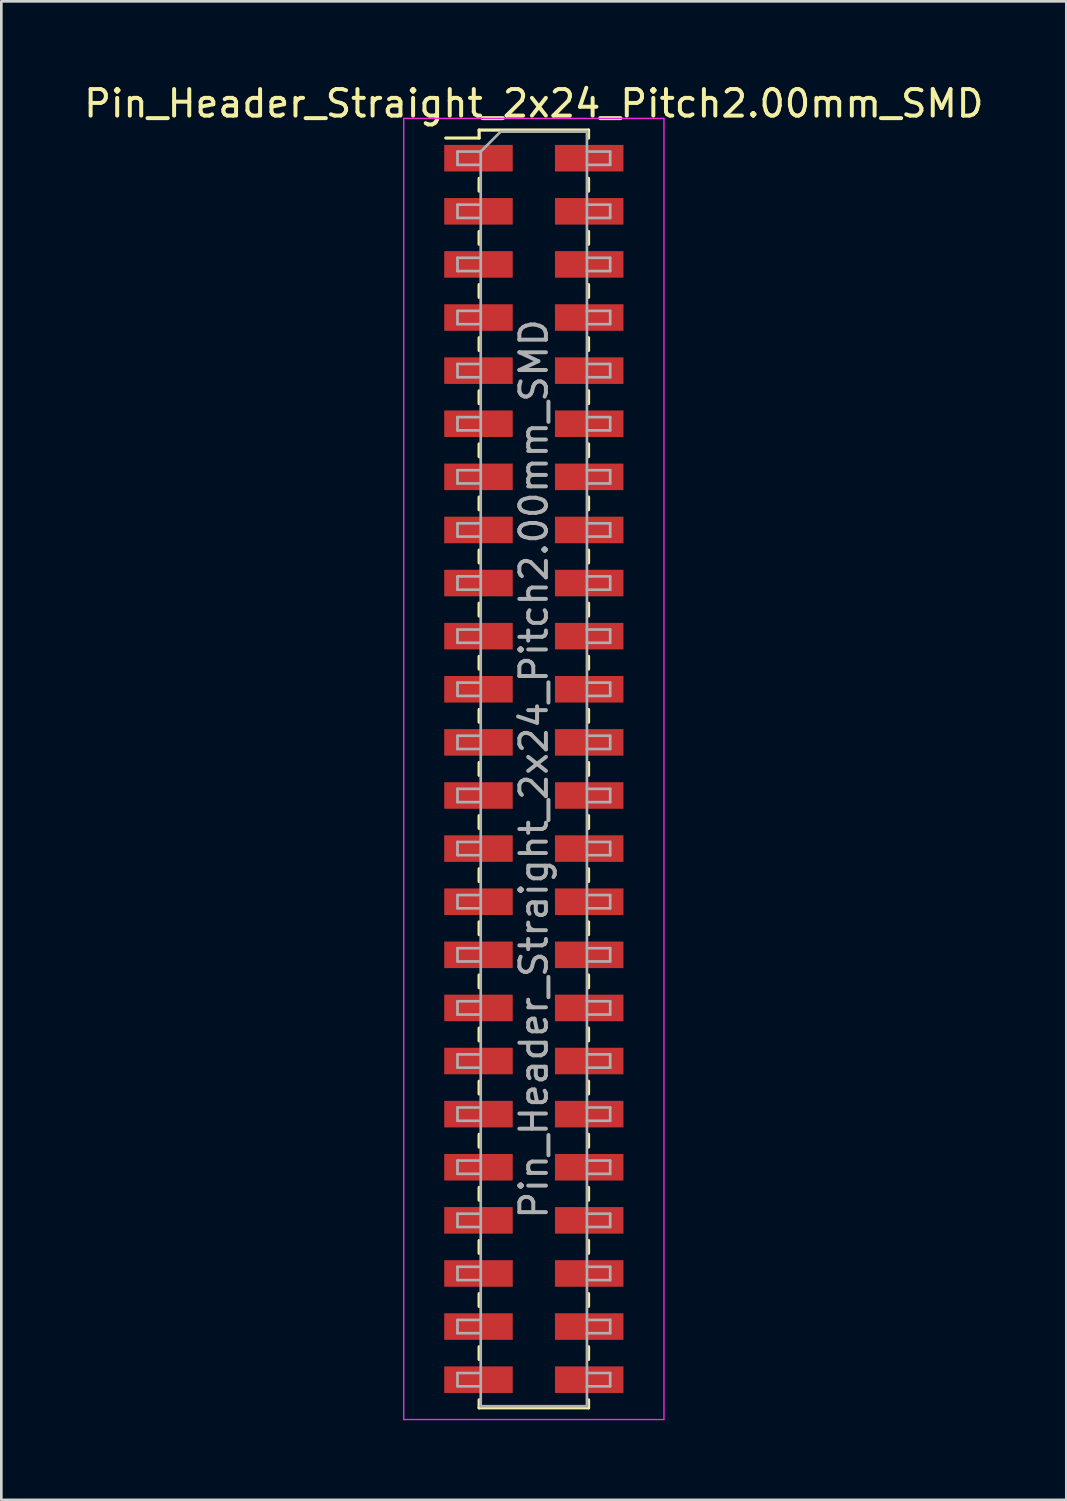
<source format=kicad_pcb>
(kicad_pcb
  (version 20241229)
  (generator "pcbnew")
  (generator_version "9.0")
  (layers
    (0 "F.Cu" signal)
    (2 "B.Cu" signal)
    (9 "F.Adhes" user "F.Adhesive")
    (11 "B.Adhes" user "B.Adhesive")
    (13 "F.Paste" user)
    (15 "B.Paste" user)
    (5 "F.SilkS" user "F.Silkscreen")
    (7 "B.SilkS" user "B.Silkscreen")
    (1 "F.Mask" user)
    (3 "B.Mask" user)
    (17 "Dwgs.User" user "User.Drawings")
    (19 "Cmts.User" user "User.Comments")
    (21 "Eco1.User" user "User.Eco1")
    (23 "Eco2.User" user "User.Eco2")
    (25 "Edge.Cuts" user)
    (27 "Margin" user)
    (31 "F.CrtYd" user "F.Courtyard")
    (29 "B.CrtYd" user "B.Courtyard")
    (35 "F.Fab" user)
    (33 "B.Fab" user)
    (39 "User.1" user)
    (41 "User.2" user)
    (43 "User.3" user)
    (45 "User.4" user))
  (footprint "Pin_Header_Straight_2x24_Pitch2.00mm_SMD"
    (layer "F.Cu")
    (at 17.054 25.908)
    (property "Reference" "Pin_Header_Straight_2x24_Pitch2.00mm_SMD" (at 0 -25.06 0) (layer "F.SilkS") (effects (font (size 1 1) (thickness 0.15))))
    (attr smd)
    (fp_line (start -3.315 -23.76) (end -2.06 -23.76) (stroke (width 0.12) (type solid)) (layer "F.SilkS"))
    (fp_line (start -2.06 -24.06) (end -2.06 -23.76) (stroke (width 0.12) (type solid)) (layer "F.SilkS"))
    (fp_line (start -2.06 -24.06) (end 2.06 -24.06) (stroke (width 0.12) (type solid)) (layer "F.SilkS"))
    (fp_line (start -2.06 -22.24) (end -2.06 -21.76) (stroke (width 0.12) (type solid)) (layer "F.SilkS"))
    (fp_line (start -2.06 -20.24) (end -2.06 -19.76) (stroke (width 0.12) (type solid)) (layer "F.SilkS"))
    (fp_line (start -2.06 -18.24) (end -2.06 -17.76) (stroke (width 0.12) (type solid)) (layer "F.SilkS"))
    (fp_line (start -2.06 -16.24) (end -2.06 -15.76) (stroke (width 0.12) (type solid)) (layer "F.SilkS"))
    (fp_line (start -2.06 -14.24) (end -2.06 -13.76) (stroke (width 0.12) (type solid)) (layer "F.SilkS"))
    (fp_line (start -2.06 -12.24) (end -2.06 -11.76) (stroke (width 0.12) (type solid)) (layer "F.SilkS"))
    (fp_line (start -2.06 -10.24) (end -2.06 -9.76) (stroke (width 0.12) (type solid)) (layer "F.SilkS"))
    (fp_line (start -2.06 -8.24) (end -2.06 -7.76) (stroke (width 0.12) (type solid)) (layer "F.SilkS"))
    (fp_line (start -2.06 -6.24) (end -2.06 -5.76) (stroke (width 0.12) (type solid)) (layer "F.SilkS"))
    (fp_line (start -2.06 -4.24) (end -2.06 -3.76) (stroke (width 0.12) (type solid)) (layer "F.SilkS"))
    (fp_line (start -2.06 -2.24) (end -2.06 -1.76) (stroke (width 0.12) (type solid)) (layer "F.SilkS"))
    (fp_line (start -2.06 -0.24) (end -2.06 0.24) (stroke (width 0.12) (type solid)) (layer "F.SilkS"))
    (fp_line (start -2.06 1.76) (end -2.06 2.24) (stroke (width 0.12) (type solid)) (layer "F.SilkS"))
    (fp_line (start -2.06 3.76) (end -2.06 4.24) (stroke (width 0.12) (type solid)) (layer "F.SilkS"))
    (fp_line (start -2.06 5.76) (end -2.06 6.24) (stroke (width 0.12) (type solid)) (layer "F.SilkS"))
    (fp_line (start -2.06 7.76) (end -2.06 8.24) (stroke (width 0.12) (type solid)) (layer "F.SilkS"))
    (fp_line (start -2.06 9.76) (end -2.06 10.24) (stroke (width 0.12) (type solid)) (layer "F.SilkS"))
    (fp_line (start -2.06 11.76) (end -2.06 12.24) (stroke (width 0.12) (type solid)) (layer "F.SilkS"))
    (fp_line (start -2.06 13.76) (end -2.06 14.24) (stroke (width 0.12) (type solid)) (layer "F.SilkS"))
    (fp_line (start -2.06 15.76) (end -2.06 16.24) (stroke (width 0.12) (type solid)) (layer "F.SilkS"))
    (fp_line (start -2.06 17.76) (end -2.06 18.24) (stroke (width 0.12) (type solid)) (layer "F.SilkS"))
    (fp_line (start -2.06 19.76) (end -2.06 20.24) (stroke (width 0.12) (type solid)) (layer "F.SilkS"))
    (fp_line (start -2.06 21.76) (end -2.06 22.24) (stroke (width 0.12) (type solid)) (layer "F.SilkS"))
    (fp_line (start -2.06 23.76) (end -2.06 24.06) (stroke (width 0.12) (type solid)) (layer "F.SilkS"))
    (fp_line (start -2.06 24.06) (end 2.06 24.06) (stroke (width 0.12) (type solid)) (layer "F.SilkS"))
    (fp_line (start 2.06 -24.06) (end 2.06 -23.76) (stroke (width 0.12) (type solid)) (layer "F.SilkS"))
    (fp_line (start 2.06 -22.24) (end 2.06 -21.76) (stroke (width 0.12) (type solid)) (layer "F.SilkS"))
    (fp_line (start 2.06 -20.24) (end 2.06 -19.76) (stroke (width 0.12) (type solid)) (layer "F.SilkS"))
    (fp_line (start 2.06 -18.24) (end 2.06 -17.76) (stroke (width 0.12) (type solid)) (layer "F.SilkS"))
    (fp_line (start 2.06 -16.24) (end 2.06 -15.76) (stroke (width 0.12) (type solid)) (layer "F.SilkS"))
    (fp_line (start 2.06 -14.24) (end 2.06 -13.76) (stroke (width 0.12) (type solid)) (layer "F.SilkS"))
    (fp_line (start 2.06 -12.24) (end 2.06 -11.76) (stroke (width 0.12) (type solid)) (layer "F.SilkS"))
    (fp_line (start 2.06 -10.24) (end 2.06 -9.76) (stroke (width 0.12) (type solid)) (layer "F.SilkS"))
    (fp_line (start 2.06 -8.24) (end 2.06 -7.76) (stroke (width 0.12) (type solid)) (layer "F.SilkS"))
    (fp_line (start 2.06 -6.24) (end 2.06 -5.76) (stroke (width 0.12) (type solid)) (layer "F.SilkS"))
    (fp_line (start 2.06 -4.24) (end 2.06 -3.76) (stroke (width 0.12) (type solid)) (layer "F.SilkS"))
    (fp_line (start 2.06 -2.24) (end 2.06 -1.76) (stroke (width 0.12) (type solid)) (layer "F.SilkS"))
    (fp_line (start 2.06 -0.24) (end 2.06 0.24) (stroke (width 0.12) (type solid)) (layer "F.SilkS"))
    (fp_line (start 2.06 1.76) (end 2.06 2.24) (stroke (width 0.12) (type solid)) (layer "F.SilkS"))
    (fp_line (start 2.06 3.76) (end 2.06 4.24) (stroke (width 0.12) (type solid)) (layer "F.SilkS"))
    (fp_line (start 2.06 5.76) (end 2.06 6.24) (stroke (width 0.12) (type solid)) (layer "F.SilkS"))
    (fp_line (start 2.06 7.76) (end 2.06 8.24) (stroke (width 0.12) (type solid)) (layer "F.SilkS"))
    (fp_line (start 2.06 9.76) (end 2.06 10.24) (stroke (width 0.12) (type solid)) (layer "F.SilkS"))
    (fp_line (start 2.06 11.76) (end 2.06 12.24) (stroke (width 0.12) (type solid)) (layer "F.SilkS"))
    (fp_line (start 2.06 13.76) (end 2.06 14.24) (stroke (width 0.12) (type solid)) (layer "F.SilkS"))
    (fp_line (start 2.06 15.76) (end 2.06 16.24) (stroke (width 0.12) (type solid)) (layer "F.SilkS"))
    (fp_line (start 2.06 17.76) (end 2.06 18.24) (stroke (width 0.12) (type solid)) (layer "F.SilkS"))
    (fp_line (start 2.06 19.76) (end 2.06 20.24) (stroke (width 0.12) (type solid)) (layer "F.SilkS"))
    (fp_line (start 2.06 21.76) (end 2.06 22.24) (stroke (width 0.12) (type solid)) (layer "F.SilkS"))
    (fp_line (start 2.06 23.76) (end 2.06 24.06) (stroke (width 0.12) (type solid)) (layer "F.SilkS"))
    (fp_line (start -4.9 -24.5) (end -4.9 24.5) (stroke (width 0.05) (type solid)) (layer "F.CrtYd"))
    (fp_line (start -4.9 24.5) (end 4.9 24.5) (stroke (width 0.05) (type solid)) (layer "F.CrtYd"))
    (fp_line (start 4.9 -24.5) (end -4.9 -24.5) (stroke (width 0.05) (type solid)) (layer "F.CrtYd"))
    (fp_line (start 4.9 24.5) (end 4.9 -24.5) (stroke (width 0.05) (type solid)) (layer "F.CrtYd"))
    (fp_line (start -2.875 -23.25) (end -2.875 -22.75) (stroke (width 0.1) (type solid)) (layer "F.Fab"))
    (fp_line (start -2.875 -22.75) (end -2 -22.75) (stroke (width 0.1) (type solid)) (layer "F.Fab"))
    (fp_line (start -2.875 -21.25) (end -2.875 -20.75) (stroke (width 0.1) (type solid)) (layer "F.Fab"))
    (fp_line (start -2.875 -20.75) (end -2 -20.75) (stroke (width 0.1) (type solid)) (layer "F.Fab"))
    (fp_line (start -2.875 -19.25) (end -2.875 -18.75) (stroke (width 0.1) (type solid)) (layer "F.Fab"))
    (fp_line (start -2.875 -18.75) (end -2 -18.75) (stroke (width 0.1) (type solid)) (layer "F.Fab"))
    (fp_line (start -2.875 -17.25) (end -2.875 -16.75) (stroke (width 0.1) (type solid)) (layer "F.Fab"))
    (fp_line (start -2.875 -16.75) (end -2 -16.75) (stroke (width 0.1) (type solid)) (layer "F.Fab"))
    (fp_line (start -2.875 -15.25) (end -2.875 -14.75) (stroke (width 0.1) (type solid)) (layer "F.Fab"))
    (fp_line (start -2.875 -14.75) (end -2 -14.75) (stroke (width 0.1) (type solid)) (layer "F.Fab"))
    (fp_line (start -2.875 -13.25) (end -2.875 -12.75) (stroke (width 0.1) (type solid)) (layer "F.Fab"))
    (fp_line (start -2.875 -12.75) (end -2 -12.75) (stroke (width 0.1) (type solid)) (layer "F.Fab"))
    (fp_line (start -2.875 -11.25) (end -2.875 -10.75) (stroke (width 0.1) (type solid)) (layer "F.Fab"))
    (fp_line (start -2.875 -10.75) (end -2 -10.75) (stroke (width 0.1) (type solid)) (layer "F.Fab"))
    (fp_line (start -2.875 -9.25) (end -2.875 -8.75) (stroke (width 0.1) (type solid)) (layer "F.Fab"))
    (fp_line (start -2.875 -8.75) (end -2 -8.75) (stroke (width 0.1) (type solid)) (layer "F.Fab"))
    (fp_line (start -2.875 -7.25) (end -2.875 -6.75) (stroke (width 0.1) (type solid)) (layer "F.Fab"))
    (fp_line (start -2.875 -6.75) (end -2 -6.75) (stroke (width 0.1) (type solid)) (layer "F.Fab"))
    (fp_line (start -2.875 -5.25) (end -2.875 -4.75) (stroke (width 0.1) (type solid)) (layer "F.Fab"))
    (fp_line (start -2.875 -4.75) (end -2 -4.75) (stroke (width 0.1) (type solid)) (layer "F.Fab"))
    (fp_line (start -2.875 -3.25) (end -2.875 -2.75) (stroke (width 0.1) (type solid)) (layer "F.Fab"))
    (fp_line (start -2.875 -2.75) (end -2 -2.75) (stroke (width 0.1) (type solid)) (layer "F.Fab"))
    (fp_line (start -2.875 -1.25) (end -2.875 -0.75) (stroke (width 0.1) (type solid)) (layer "F.Fab"))
    (fp_line (start -2.875 -0.75) (end -2 -0.75) (stroke (width 0.1) (type solid)) (layer "F.Fab"))
    (fp_line (start -2.875 0.75) (end -2.875 1.25) (stroke (width 0.1) (type solid)) (layer "F.Fab"))
    (fp_line (start -2.875 1.25) (end -2 1.25) (stroke (width 0.1) (type solid)) (layer "F.Fab"))
    (fp_line (start -2.875 2.75) (end -2.875 3.25) (stroke (width 0.1) (type solid)) (layer "F.Fab"))
    (fp_line (start -2.875 3.25) (end -2 3.25) (stroke (width 0.1) (type solid)) (layer "F.Fab"))
    (fp_line (start -2.875 4.75) (end -2.875 5.25) (stroke (width 0.1) (type solid)) (layer "F.Fab"))
    (fp_line (start -2.875 5.25) (end -2 5.25) (stroke (width 0.1) (type solid)) (layer "F.Fab"))
    (fp_line (start -2.875 6.75) (end -2.875 7.25) (stroke (width 0.1) (type solid)) (layer "F.Fab"))
    (fp_line (start -2.875 7.25) (end -2 7.25) (stroke (width 0.1) (type solid)) (layer "F.Fab"))
    (fp_line (start -2.875 8.75) (end -2.875 9.25) (stroke (width 0.1) (type solid)) (layer "F.Fab"))
    (fp_line (start -2.875 9.25) (end -2 9.25) (stroke (width 0.1) (type solid)) (layer "F.Fab"))
    (fp_line (start -2.875 10.75) (end -2.875 11.25) (stroke (width 0.1) (type solid)) (layer "F.Fab"))
    (fp_line (start -2.875 11.25) (end -2 11.25) (stroke (width 0.1) (type solid)) (layer "F.Fab"))
    (fp_line (start -2.875 12.75) (end -2.875 13.25) (stroke (width 0.1) (type solid)) (layer "F.Fab"))
    (fp_line (start -2.875 13.25) (end -2 13.25) (stroke (width 0.1) (type solid)) (layer "F.Fab"))
    (fp_line (start -2.875 14.75) (end -2.875 15.25) (stroke (width 0.1) (type solid)) (layer "F.Fab"))
    (fp_line (start -2.875 15.25) (end -2 15.25) (stroke (width 0.1) (type solid)) (layer "F.Fab"))
    (fp_line (start -2.875 16.75) (end -2.875 17.25) (stroke (width 0.1) (type solid)) (layer "F.Fab"))
    (fp_line (start -2.875 17.25) (end -2 17.25) (stroke (width 0.1) (type solid)) (layer "F.Fab"))
    (fp_line (start -2.875 18.75) (end -2.875 19.25) (stroke (width 0.1) (type solid)) (layer "F.Fab"))
    (fp_line (start -2.875 19.25) (end -2 19.25) (stroke (width 0.1) (type solid)) (layer "F.Fab"))
    (fp_line (start -2.875 20.75) (end -2.875 21.25) (stroke (width 0.1) (type solid)) (layer "F.Fab"))
    (fp_line (start -2.875 21.25) (end -2 21.25) (stroke (width 0.1) (type solid)) (layer "F.Fab"))
    (fp_line (start -2.875 22.75) (end -2.875 23.25) (stroke (width 0.1) (type solid)) (layer "F.Fab"))
    (fp_line (start -2.875 23.25) (end -2 23.25) (stroke (width 0.1) (type solid)) (layer "F.Fab"))
    (fp_line (start -2 -23.25) (end -2.875 -23.25) (stroke (width 0.1) (type solid)) (layer "F.Fab"))
    (fp_line (start -2 -23.25) (end -1.25 -24) (stroke (width 0.1) (type solid)) (layer "F.Fab"))
    (fp_line (start -2 -21.25) (end -2.875 -21.25) (stroke (width 0.1) (type solid)) (layer "F.Fab"))
    (fp_line (start -2 -19.25) (end -2.875 -19.25) (stroke (width 0.1) (type solid)) (layer "F.Fab"))
    (fp_line (start -2 -17.25) (end -2.875 -17.25) (stroke (width 0.1) (type solid)) (layer "F.Fab"))
    (fp_line (start -2 -15.25) (end -2.875 -15.25) (stroke (width 0.1) (type solid)) (layer "F.Fab"))
    (fp_line (start -2 -13.25) (end -2.875 -13.25) (stroke (width 0.1) (type solid)) (layer "F.Fab"))
    (fp_line (start -2 -11.25) (end -2.875 -11.25) (stroke (width 0.1) (type solid)) (layer "F.Fab"))
    (fp_line (start -2 -9.25) (end -2.875 -9.25) (stroke (width 0.1) (type solid)) (layer "F.Fab"))
    (fp_line (start -2 -7.25) (end -2.875 -7.25) (stroke (width 0.1) (type solid)) (layer "F.Fab"))
    (fp_line (start -2 -5.25) (end -2.875 -5.25) (stroke (width 0.1) (type solid)) (layer "F.Fab"))
    (fp_line (start -2 -3.25) (end -2.875 -3.25) (stroke (width 0.1) (type solid)) (layer "F.Fab"))
    (fp_line (start -2 -1.25) (end -2.875 -1.25) (stroke (width 0.1) (type solid)) (layer "F.Fab"))
    (fp_line (start -2 0.75) (end -2.875 0.75) (stroke (width 0.1) (type solid)) (layer "F.Fab"))
    (fp_line (start -2 2.75) (end -2.875 2.75) (stroke (width 0.1) (type solid)) (layer "F.Fab"))
    (fp_line (start -2 4.75) (end -2.875 4.75) (stroke (width 0.1) (type solid)) (layer "F.Fab"))
    (fp_line (start -2 6.75) (end -2.875 6.75) (stroke (width 0.1) (type solid)) (layer "F.Fab"))
    (fp_line (start -2 8.75) (end -2.875 8.75) (stroke (width 0.1) (type solid)) (layer "F.Fab"))
    (fp_line (start -2 10.75) (end -2.875 10.75) (stroke (width 0.1) (type solid)) (layer "F.Fab"))
    (fp_line (start -2 12.75) (end -2.875 12.75) (stroke (width 0.1) (type solid)) (layer "F.Fab"))
    (fp_line (start -2 14.75) (end -2.875 14.75) (stroke (width 0.1) (type solid)) (layer "F.Fab"))
    (fp_line (start -2 16.75) (end -2.875 16.75) (stroke (width 0.1) (type solid)) (layer "F.Fab"))
    (fp_line (start -2 18.75) (end -2.875 18.75) (stroke (width 0.1) (type solid)) (layer "F.Fab"))
    (fp_line (start -2 20.75) (end -2.875 20.75) (stroke (width 0.1) (type solid)) (layer "F.Fab"))
    (fp_line (start -2 22.75) (end -2.875 22.75) (stroke (width 0.1) (type solid)) (layer "F.Fab"))
    (fp_line (start -2 24) (end -2 -23.25) (stroke (width 0.1) (type solid)) (layer "F.Fab"))
    (fp_line (start -1.25 -24) (end 2 -24) (stroke (width 0.1) (type solid)) (layer "F.Fab"))
    (fp_line (start 2 -24) (end 2 24) (stroke (width 0.1) (type solid)) (layer "F.Fab"))
    (fp_line (start 2 -23.25) (end 2.875 -23.25) (stroke (width 0.1) (type solid)) (layer "F.Fab"))
    (fp_line (start 2 -21.25) (end 2.875 -21.25) (stroke (width 0.1) (type solid)) (layer "F.Fab"))
    (fp_line (start 2 -19.25) (end 2.875 -19.25) (stroke (width 0.1) (type solid)) (layer "F.Fab"))
    (fp_line (start 2 -17.25) (end 2.875 -17.25) (stroke (width 0.1) (type solid)) (layer "F.Fab"))
    (fp_line (start 2 -15.25) (end 2.875 -15.25) (stroke (width 0.1) (type solid)) (layer "F.Fab"))
    (fp_line (start 2 -13.25) (end 2.875 -13.25) (stroke (width 0.1) (type solid)) (layer "F.Fab"))
    (fp_line (start 2 -11.25) (end 2.875 -11.25) (stroke (width 0.1) (type solid)) (layer "F.Fab"))
    (fp_line (start 2 -9.25) (end 2.875 -9.25) (stroke (width 0.1) (type solid)) (layer "F.Fab"))
    (fp_line (start 2 -7.25) (end 2.875 -7.25) (stroke (width 0.1) (type solid)) (layer "F.Fab"))
    (fp_line (start 2 -5.25) (end 2.875 -5.25) (stroke (width 0.1) (type solid)) (layer "F.Fab"))
    (fp_line (start 2 -3.25) (end 2.875 -3.25) (stroke (width 0.1) (type solid)) (layer "F.Fab"))
    (fp_line (start 2 -1.25) (end 2.875 -1.25) (stroke (width 0.1) (type solid)) (layer "F.Fab"))
    (fp_line (start 2 0.75) (end 2.875 0.75) (stroke (width 0.1) (type solid)) (layer "F.Fab"))
    (fp_line (start 2 2.75) (end 2.875 2.75) (stroke (width 0.1) (type solid)) (layer "F.Fab"))
    (fp_line (start 2 4.75) (end 2.875 4.75) (stroke (width 0.1) (type solid)) (layer "F.Fab"))
    (fp_line (start 2 6.75) (end 2.875 6.75) (stroke (width 0.1) (type solid)) (layer "F.Fab"))
    (fp_line (start 2 8.75) (end 2.875 8.75) (stroke (width 0.1) (type solid)) (layer "F.Fab"))
    (fp_line (start 2 10.75) (end 2.875 10.75) (stroke (width 0.1) (type solid)) (layer "F.Fab"))
    (fp_line (start 2 12.75) (end 2.875 12.75) (stroke (width 0.1) (type solid)) (layer "F.Fab"))
    (fp_line (start 2 14.75) (end 2.875 14.75) (stroke (width 0.1) (type solid)) (layer "F.Fab"))
    (fp_line (start 2 16.75) (end 2.875 16.75) (stroke (width 0.1) (type solid)) (layer "F.Fab"))
    (fp_line (start 2 18.75) (end 2.875 18.75) (stroke (width 0.1) (type solid)) (layer "F.Fab"))
    (fp_line (start 2 20.75) (end 2.875 20.75) (stroke (width 0.1) (type solid)) (layer "F.Fab"))
    (fp_line (start 2 22.75) (end 2.875 22.75) (stroke (width 0.1) (type solid)) (layer "F.Fab"))
    (fp_line (start 2 24) (end -2 24) (stroke (width 0.1) (type solid)) (layer "F.Fab"))
    (fp_line (start 2.875 -23.25) (end 2.875 -22.75) (stroke (width 0.1) (type solid)) (layer "F.Fab"))
    (fp_line (start 2.875 -22.75) (end 2 -22.75) (stroke (width 0.1) (type solid)) (layer "F.Fab"))
    (fp_line (start 2.875 -21.25) (end 2.875 -20.75) (stroke (width 0.1) (type solid)) (layer "F.Fab"))
    (fp_line (start 2.875 -20.75) (end 2 -20.75) (stroke (width 0.1) (type solid)) (layer "F.Fab"))
    (fp_line (start 2.875 -19.25) (end 2.875 -18.75) (stroke (width 0.1) (type solid)) (layer "F.Fab"))
    (fp_line (start 2.875 -18.75) (end 2 -18.75) (stroke (width 0.1) (type solid)) (layer "F.Fab"))
    (fp_line (start 2.875 -17.25) (end 2.875 -16.75) (stroke (width 0.1) (type solid)) (layer "F.Fab"))
    (fp_line (start 2.875 -16.75) (end 2 -16.75) (stroke (width 0.1) (type solid)) (layer "F.Fab"))
    (fp_line (start 2.875 -15.25) (end 2.875 -14.75) (stroke (width 0.1) (type solid)) (layer "F.Fab"))
    (fp_line (start 2.875 -14.75) (end 2 -14.75) (stroke (width 0.1) (type solid)) (layer "F.Fab"))
    (fp_line (start 2.875 -13.25) (end 2.875 -12.75) (stroke (width 0.1) (type solid)) (layer "F.Fab"))
    (fp_line (start 2.875 -12.75) (end 2 -12.75) (stroke (width 0.1) (type solid)) (layer "F.Fab"))
    (fp_line (start 2.875 -11.25) (end 2.875 -10.75) (stroke (width 0.1) (type solid)) (layer "F.Fab"))
    (fp_line (start 2.875 -10.75) (end 2 -10.75) (stroke (width 0.1) (type solid)) (layer "F.Fab"))
    (fp_line (start 2.875 -9.25) (end 2.875 -8.75) (stroke (width 0.1) (type solid)) (layer "F.Fab"))
    (fp_line (start 2.875 -8.75) (end 2 -8.75) (stroke (width 0.1) (type solid)) (layer "F.Fab"))
    (fp_line (start 2.875 -7.25) (end 2.875 -6.75) (stroke (width 0.1) (type solid)) (layer "F.Fab"))
    (fp_line (start 2.875 -6.75) (end 2 -6.75) (stroke (width 0.1) (type solid)) (layer "F.Fab"))
    (fp_line (start 2.875 -5.25) (end 2.875 -4.75) (stroke (width 0.1) (type solid)) (layer "F.Fab"))
    (fp_line (start 2.875 -4.75) (end 2 -4.75) (stroke (width 0.1) (type solid)) (layer "F.Fab"))
    (fp_line (start 2.875 -3.25) (end 2.875 -2.75) (stroke (width 0.1) (type solid)) (layer "F.Fab"))
    (fp_line (start 2.875 -2.75) (end 2 -2.75) (stroke (width 0.1) (type solid)) (layer "F.Fab"))
    (fp_line (start 2.875 -1.25) (end 2.875 -0.75) (stroke (width 0.1) (type solid)) (layer "F.Fab"))
    (fp_line (start 2.875 -0.75) (end 2 -0.75) (stroke (width 0.1) (type solid)) (layer "F.Fab"))
    (fp_line (start 2.875 0.75) (end 2.875 1.25) (stroke (width 0.1) (type solid)) (layer "F.Fab"))
    (fp_line (start 2.875 1.25) (end 2 1.25) (stroke (width 0.1) (type solid)) (layer "F.Fab"))
    (fp_line (start 2.875 2.75) (end 2.875 3.25) (stroke (width 0.1) (type solid)) (layer "F.Fab"))
    (fp_line (start 2.875 3.25) (end 2 3.25) (stroke (width 0.1) (type solid)) (layer "F.Fab"))
    (fp_line (start 2.875 4.75) (end 2.875 5.25) (stroke (width 0.1) (type solid)) (layer "F.Fab"))
    (fp_line (start 2.875 5.25) (end 2 5.25) (stroke (width 0.1) (type solid)) (layer "F.Fab"))
    (fp_line (start 2.875 6.75) (end 2.875 7.25) (stroke (width 0.1) (type solid)) (layer "F.Fab"))
    (fp_line (start 2.875 7.25) (end 2 7.25) (stroke (width 0.1) (type solid)) (layer "F.Fab"))
    (fp_line (start 2.875 8.75) (end 2.875 9.25) (stroke (width 0.1) (type solid)) (layer "F.Fab"))
    (fp_line (start 2.875 9.25) (end 2 9.25) (stroke (width 0.1) (type solid)) (layer "F.Fab"))
    (fp_line (start 2.875 10.75) (end 2.875 11.25) (stroke (width 0.1) (type solid)) (layer "F.Fab"))
    (fp_line (start 2.875 11.25) (end 2 11.25) (stroke (width 0.1) (type solid)) (layer "F.Fab"))
    (fp_line (start 2.875 12.75) (end 2.875 13.25) (stroke (width 0.1) (type solid)) (layer "F.Fab"))
    (fp_line (start 2.875 13.25) (end 2 13.25) (stroke (width 0.1) (type solid)) (layer "F.Fab"))
    (fp_line (start 2.875 14.75) (end 2.875 15.25) (stroke (width 0.1) (type solid)) (layer "F.Fab"))
    (fp_line (start 2.875 15.25) (end 2 15.25) (stroke (width 0.1) (type solid)) (layer "F.Fab"))
    (fp_line (start 2.875 16.75) (end 2.875 17.25) (stroke (width 0.1) (type solid)) (layer "F.Fab"))
    (fp_line (start 2.875 17.25) (end 2 17.25) (stroke (width 0.1) (type solid)) (layer "F.Fab"))
    (fp_line (start 2.875 18.75) (end 2.875 19.25) (stroke (width 0.1) (type solid)) (layer "F.Fab"))
    (fp_line (start 2.875 19.25) (end 2 19.25) (stroke (width 0.1) (type solid)) (layer "F.Fab"))
    (fp_line (start 2.875 20.75) (end 2.875 21.25) (stroke (width 0.1) (type solid)) (layer "F.Fab"))
    (fp_line (start 2.875 21.25) (end 2 21.25) (stroke (width 0.1) (type solid)) (layer "F.Fab"))
    (fp_line (start 2.875 22.75) (end 2.875 23.25) (stroke (width 0.1) (type solid)) (layer "F.Fab"))
    (fp_line (start 2.875 23.25) (end 2 23.25) (stroke (width 0.1) (type solid)) (layer "F.Fab"))
    (fp_text user "${REFERENCE}" (at 0 0 90) (layer "F.Fab") (effects (font (size 1 1) (thickness 0.15))))
    (pad "1" smd rect (at -2.085 -23) (size 2.58 1) (layers "F.Cu" "F.Mask" "F.Paste"))
    (pad "2" smd rect (at 2.085 -23) (size 2.58 1) (layers "F.Cu" "F.Mask" "F.Paste"))
    (pad "3" smd rect (at -2.085 -21) (size 2.58 1) (layers "F.Cu" "F.Mask" "F.Paste"))
    (pad "4" smd rect (at 2.085 -21) (size 2.58 1) (layers "F.Cu" "F.Mask" "F.Paste"))
    (pad "5" smd rect (at -2.085 -19) (size 2.58 1) (layers "F.Cu" "F.Mask" "F.Paste"))
    (pad "6" smd rect (at 2.085 -19) (size 2.58 1) (layers "F.Cu" "F.Mask" "F.Paste"))
    (pad "7" smd rect (at -2.085 -17) (size 2.58 1) (layers "F.Cu" "F.Mask" "F.Paste"))
    (pad "8" smd rect (at 2.085 -17) (size 2.58 1) (layers "F.Cu" "F.Mask" "F.Paste"))
    (pad "9" smd rect (at -2.085 -15) (size 2.58 1) (layers "F.Cu" "F.Mask" "F.Paste"))
    (pad "10" smd rect (at 2.085 -15) (size 2.58 1) (layers "F.Cu" "F.Mask" "F.Paste"))
    (pad "11" smd rect (at -2.085 -13) (size 2.58 1) (layers "F.Cu" "F.Mask" "F.Paste"))
    (pad "12" smd rect (at 2.085 -13) (size 2.58 1) (layers "F.Cu" "F.Mask" "F.Paste"))
    (pad "13" smd rect (at -2.085 -11) (size 2.58 1) (layers "F.Cu" "F.Mask" "F.Paste"))
    (pad "14" smd rect (at 2.085 -11) (size 2.58 1) (layers "F.Cu" "F.Mask" "F.Paste"))
    (pad "15" smd rect (at -2.085 -9) (size 2.58 1) (layers "F.Cu" "F.Mask" "F.Paste"))
    (pad "16" smd rect (at 2.085 -9) (size 2.58 1) (layers "F.Cu" "F.Mask" "F.Paste"))
    (pad "17" smd rect (at -2.085 -7) (size 2.58 1) (layers "F.Cu" "F.Mask" "F.Paste"))
    (pad "18" smd rect (at 2.085 -7) (size 2.58 1) (layers "F.Cu" "F.Mask" "F.Paste"))
    (pad "19" smd rect (at -2.085 -5) (size 2.58 1) (layers "F.Cu" "F.Mask" "F.Paste"))
    (pad "20" smd rect (at 2.085 -5) (size 2.58 1) (layers "F.Cu" "F.Mask" "F.Paste"))
    (pad "21" smd rect (at -2.085 -3) (size 2.58 1) (layers "F.Cu" "F.Mask" "F.Paste"))
    (pad "22" smd rect (at 2.085 -3) (size 2.58 1) (layers "F.Cu" "F.Mask" "F.Paste"))
    (pad "23" smd rect (at -2.085 -1) (size 2.58 1) (layers "F.Cu" "F.Mask" "F.Paste"))
    (pad "24" smd rect (at 2.085 -1) (size 2.58 1) (layers "F.Cu" "F.Mask" "F.Paste"))
    (pad "25" smd rect (at -2.085 1) (size 2.58 1) (layers "F.Cu" "F.Mask" "F.Paste"))
    (pad "26" smd rect (at 2.085 1) (size 2.58 1) (layers "F.Cu" "F.Mask" "F.Paste"))
    (pad "27" smd rect (at -2.085 3) (size 2.58 1) (layers "F.Cu" "F.Mask" "F.Paste"))
    (pad "28" smd rect (at 2.085 3) (size 2.58 1) (layers "F.Cu" "F.Mask" "F.Paste"))
    (pad "29" smd rect (at -2.085 5) (size 2.58 1) (layers "F.Cu" "F.Mask" "F.Paste"))
    (pad "30" smd rect (at 2.085 5) (size 2.58 1) (layers "F.Cu" "F.Mask" "F.Paste"))
    (pad "31" smd rect (at -2.085 7) (size 2.58 1) (layers "F.Cu" "F.Mask" "F.Paste"))
    (pad "32" smd rect (at 2.085 7) (size 2.58 1) (layers "F.Cu" "F.Mask" "F.Paste"))
    (pad "33" smd rect (at -2.085 9) (size 2.58 1) (layers "F.Cu" "F.Mask" "F.Paste"))
    (pad "34" smd rect (at 2.085 9) (size 2.58 1) (layers "F.Cu" "F.Mask" "F.Paste"))
    (pad "35" smd rect (at -2.085 11) (size 2.58 1) (layers "F.Cu" "F.Mask" "F.Paste"))
    (pad "36" smd rect (at 2.085 11) (size 2.58 1) (layers "F.Cu" "F.Mask" "F.Paste"))
    (pad "37" smd rect (at -2.085 13) (size 2.58 1) (layers "F.Cu" "F.Mask" "F.Paste"))
    (pad "38" smd rect (at 2.085 13) (size 2.58 1) (layers "F.Cu" "F.Mask" "F.Paste"))
    (pad "39" smd rect (at -2.085 15) (size 2.58 1) (layers "F.Cu" "F.Mask" "F.Paste"))
    (pad "40" smd rect (at 2.085 15) (size 2.58 1) (layers "F.Cu" "F.Mask" "F.Paste"))
    (pad "41" smd rect (at -2.085 17) (size 2.58 1) (layers "F.Cu" "F.Mask" "F.Paste"))
    (pad "42" smd rect (at 2.085 17) (size 2.58 1) (layers "F.Cu" "F.Mask" "F.Paste"))
    (pad "43" smd rect (at -2.085 19) (size 2.58 1) (layers "F.Cu" "F.Mask" "F.Paste"))
    (pad "44" smd rect (at 2.085 19) (size 2.58 1) (layers "F.Cu" "F.Mask" "F.Paste"))
    (pad "45" smd rect (at -2.085 21) (size 2.58 1) (layers "F.Cu" "F.Mask" "F.Paste"))
    (pad "46" smd rect (at 2.085 21) (size 2.58 1) (layers "F.Cu" "F.Mask" "F.Paste"))
    (pad "47" smd rect (at -2.085 23) (size 2.58 1) (layers "F.Cu" "F.Mask" "F.Paste"))
    (pad "48" smd rect (at 2.085 23) (size 2.58 1) (layers "F.Cu" "F.Mask" "F.Paste")))
  (gr_rect
    (start -3 -3)
    (end 37.107 53.433)
    (stroke (width 0.1) (type default))
    (fill no)
    (layer "Edge.Cuts")))
</source>
